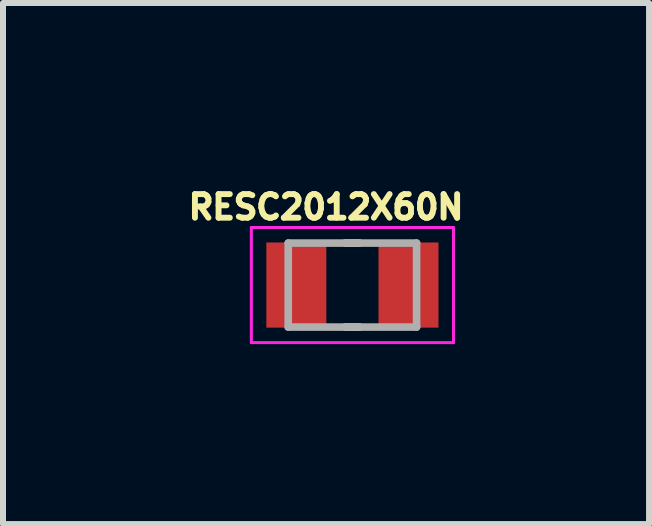
<source format=kicad_pcb>
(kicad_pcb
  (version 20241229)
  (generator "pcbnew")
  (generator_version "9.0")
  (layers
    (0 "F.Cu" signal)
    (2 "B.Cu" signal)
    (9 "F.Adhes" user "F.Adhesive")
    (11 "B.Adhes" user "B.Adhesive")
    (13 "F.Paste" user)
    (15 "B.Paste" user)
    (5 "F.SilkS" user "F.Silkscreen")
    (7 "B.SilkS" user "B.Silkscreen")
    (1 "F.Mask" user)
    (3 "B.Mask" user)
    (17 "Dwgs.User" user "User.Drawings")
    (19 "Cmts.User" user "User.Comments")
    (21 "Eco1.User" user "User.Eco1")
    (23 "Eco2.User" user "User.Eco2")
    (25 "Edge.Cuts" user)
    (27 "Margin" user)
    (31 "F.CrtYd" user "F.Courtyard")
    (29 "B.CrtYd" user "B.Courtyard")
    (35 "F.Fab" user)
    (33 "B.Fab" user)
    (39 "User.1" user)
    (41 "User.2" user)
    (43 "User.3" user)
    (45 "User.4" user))
  (footprint "RESC2012X60N"
    (layer "F.Cu")
    (at 2.826 1.703)
    (property "Reference" "RESC2012X60N" (at -0.44 -1.3 0) (layer "F.SilkS") (effects (font (size 0.394 0.394) (thickness 0.15))))
    (attr through_hole)
    (fp_line (start -0.12 -0.7) (end 0.12 -0.7) (stroke (width 0.127) (type solid)) (layer "F.SilkS"))
    (fp_line (start -0.12 0.7) (end 0.12 0.7) (stroke (width 0.127) (type solid)) (layer "F.SilkS"))
    (fp_line (start -1.685 -0.96) (end 1.685 -0.96) (stroke (width 0.05) (type solid)) (layer "F.CrtYd"))
    (fp_line (start -1.685 0.96) (end -1.685 -0.96) (stroke (width 0.05) (type solid)) (layer "F.CrtYd"))
    (fp_line (start -1.685 0.96) (end 1.685 0.96) (stroke (width 0.05) (type solid)) (layer "F.CrtYd"))
    (fp_line (start 1.685 0.96) (end 1.685 -0.96) (stroke (width 0.05) (type solid)) (layer "F.CrtYd"))
    (fp_line (start -1.07 0.7) (end -1.07 -0.7) (stroke (width 0.127) (type solid)) (layer "F.Fab"))
    (fp_line (start 1.07 -0.7) (end -1.07 -0.7) (stroke (width 0.127) (type solid)) (layer "F.Fab"))
    (fp_line (start 1.07 0.7) (end -1.07 0.7) (stroke (width 0.127) (type solid)) (layer "F.Fab"))
    (fp_line (start 1.07 0.7) (end 1.07 -0.7) (stroke (width 0.127) (type solid)) (layer "F.Fab"))
    (pad "1" smd rect (at -0.935 0) (size 1 1.42) (layers "F.Cu" "F.Mask" "F.Paste"))
    (pad "2" smd rect (at 0.935 0) (size 1 1.42) (layers "F.Cu" "F.Mask" "F.Paste")))
  (gr_rect
    (start -3 -3)
    (end 7.772 5.688)
    (stroke (width 0.1) (type default))
    (fill no)
    (layer "Edge.Cuts")))
</source>
